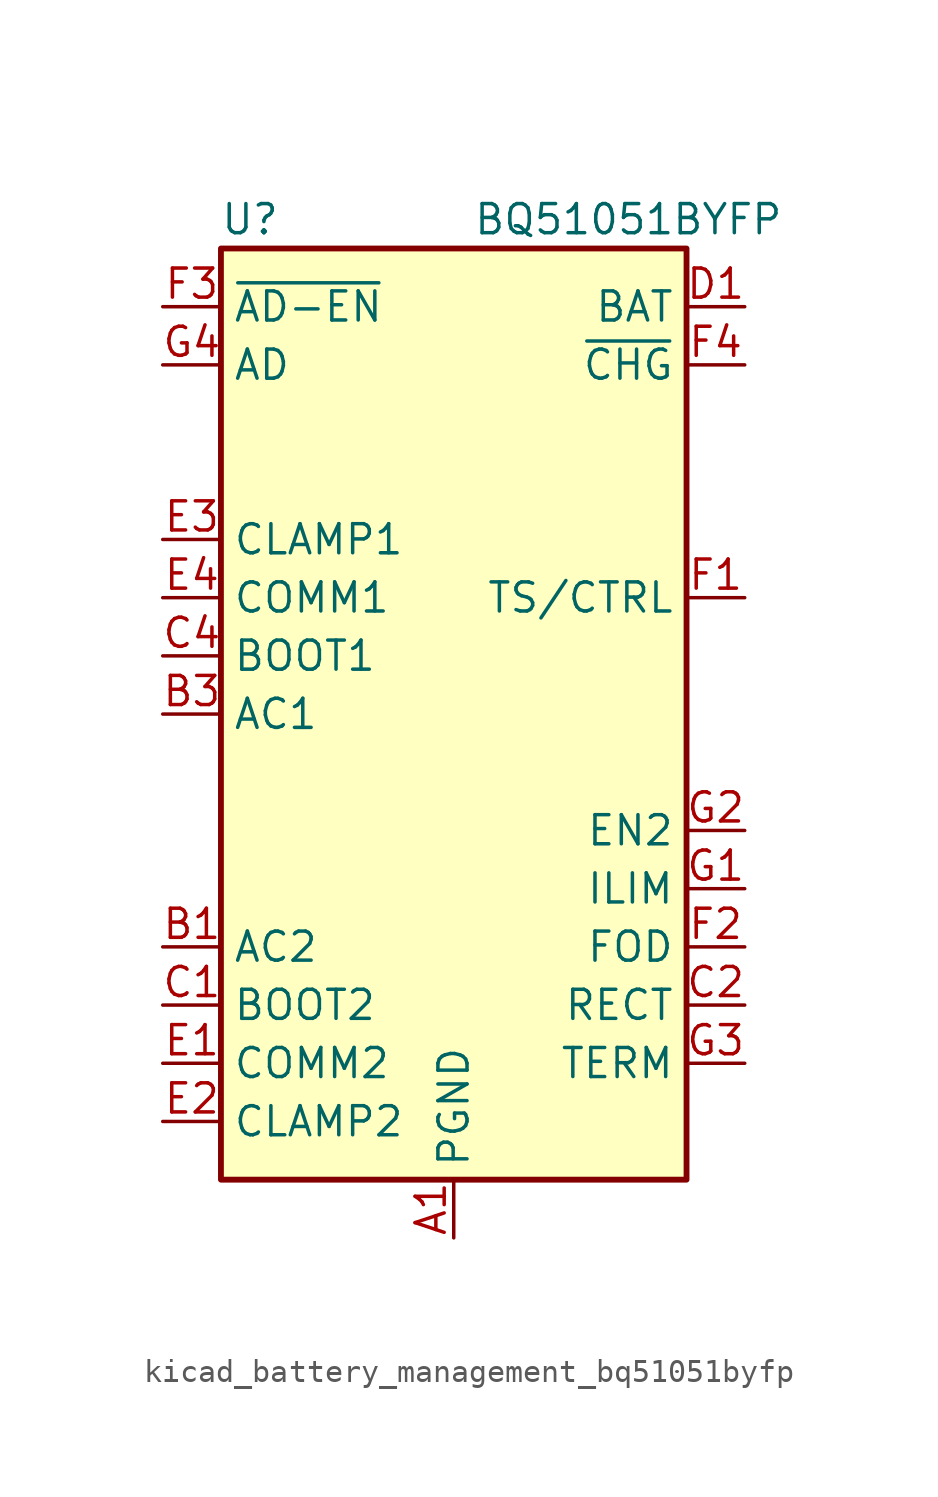
<source format=kicad_sym>
(kicad_symbol_lib
  (version 20220914)
  (generator kicad_symbol_editor)
  (symbol "kicad_battery_management_bq51051byfp"
    (property "Reference" "U"
      (at -8.89 21.59 0)
      (effects (font (size 1.27 1.27))))
    (property "Value" "BQ51051BYFP"
      (at 7.62 21.59 0)
      (effects (font (size 1.27 1.27))))
    (symbol "kicad_battery_management_bq51051byfp_0_1"
      (rectangle (start -10.16 -20.32) (end 10.16 20.32) (stroke (width 0.254) (type default)) (fill (type background))))
    (symbol "kicad_battery_management_bq51051byfp_1_1"
      (pin power_in line (at 0 -22.86 90) (length 2.54) (name "PGND" (effects (font (size 1.27 1.27)))) (number "A1" (effects (font (size 1.27 1.27)))))
      (pin passive line (at 0 -22.86 90) (length 2.54) hide (name "PGND" (effects (font (size 1.27 1.27)))) (number "A2" (effects (font (size 1.27 1.27)))))
      (pin passive line (at 0 -22.86 90) (length 2.54) hide (name "PGND" (effects (font (size 1.27 1.27)))) (number "A3" (effects (font (size 1.27 1.27)))))
      (pin passive line (at 0 -22.86 90) (length 2.54) hide (name "PGND" (effects (font (size 1.27 1.27)))) (number "A4" (effects (font (size 1.27 1.27)))))
      (pin input line (at -12.7 -10.16 0) (length 2.54) (name "AC2" (effects (font (size 1.27 1.27)))) (number "B1" (effects (font (size 1.27 1.27)))))
      (pin input line (at -12.7 -10.16 0) (length 2.54) hide (name "AC2" (effects (font (size 1.27 1.27)))) (number "B2" (effects (font (size 1.27 1.27)))))
      (pin input line (at -12.7 0 0) (length 2.54) (name "AC1" (effects (font (size 1.27 1.27)))) (number "B3" (effects (font (size 1.27 1.27)))))
      (pin input line (at -12.7 0 0) (length 2.54) hide (name "AC1" (effects (font (size 1.27 1.27)))) (number "B4" (effects (font (size 1.27 1.27)))))
      (pin passive line (at -12.7 -12.7 0) (length 2.54) (name "BOOT2" (effects (font (size 1.27 1.27)))) (number "C1" (effects (font (size 1.27 1.27)))))
      (pin passive line (at 12.7 -12.7 180) (length 2.54) (name "RECT" (effects (font (size 1.27 1.27)))) (number "C2" (effects (font (size 1.27 1.27)))))
      (pin passive line (at 12.7 -12.7 180) (length 2.54) hide (name "RECT" (effects (font (size 1.27 1.27)))) (number "C3" (effects (font (size 1.27 1.27)))))
      (pin passive line (at -12.7 2.54 0) (length 2.54) (name "BOOT1" (effects (font (size 1.27 1.27)))) (number "C4" (effects (font (size 1.27 1.27)))))
      (pin power_out line (at 12.7 17.78 180) (length 2.54) (name "BAT" (effects (font (size 1.27 1.27)))) (number "D1" (effects (font (size 1.27 1.27)))))
      (pin passive line (at 12.7 17.78 180) (length 2.54) hide (name "BAT" (effects (font (size 1.27 1.27)))) (number "D2" (effects (font (size 1.27 1.27)))))
      (pin passive line (at 12.7 17.78 180) (length 2.54) hide (name "BAT" (effects (font (size 1.27 1.27)))) (number "D3" (effects (font (size 1.27 1.27)))))
      (pin passive line (at 12.7 17.78 180) (length 2.54) hide (name "BAT" (effects (font (size 1.27 1.27)))) (number "D4" (effects (font (size 1.27 1.27)))))
      (pin open_collector line (at -12.7 -15.24 0) (length 2.54) (name "COMM2" (effects (font (size 1.27 1.27)))) (number "E1" (effects (font (size 1.27 1.27)))))
      (pin open_collector line (at -12.7 -17.78 0) (length 2.54) (name "CLAMP2" (effects (font (size 1.27 1.27)))) (number "E2" (effects (font (size 1.27 1.27)))))
      (pin open_collector line (at -12.7 7.62 0) (length 2.54) (name "CLAMP1" (effects (font (size 1.27 1.27)))) (number "E3" (effects (font (size 1.27 1.27)))))
      (pin open_collector line (at -12.7 5.08 0) (length 2.54) (name "COMM1" (effects (font (size 1.27 1.27)))) (number "E4" (effects (font (size 1.27 1.27)))))
      (pin input line (at 12.7 5.08 180) (length 2.54) (name "TS/CTRL" (effects (font (size 1.27 1.27)))) (number "F1" (effects (font (size 1.27 1.27)))))
      (pin input line (at 12.7 -10.16 180) (length 2.54) (name "FOD" (effects (font (size 1.27 1.27)))) (number "F2" (effects (font (size 1.27 1.27)))))
      (pin output line (at -12.7 17.78 0) (length 2.54) (name "~{AD-EN}" (effects (font (size 1.27 1.27)))) (number "F3" (effects (font (size 1.27 1.27)))))
      (pin open_collector line (at 12.7 15.24 180) (length 2.54) (name "~{CHG}" (effects (font (size 1.27 1.27)))) (number "F4" (effects (font (size 1.27 1.27)))))
      (pin passive line (at 12.7 -7.62 180) (length 2.54) (name "ILIM" (effects (font (size 1.27 1.27)))) (number "G1" (effects (font (size 1.27 1.27)))))
      (pin input line (at 12.7 -5.08 180) (length 2.54) (name "EN2" (effects (font (size 1.27 1.27)))) (number "G2" (effects (font (size 1.27 1.27)))))
      (pin input line (at 12.7 -15.24 180) (length 2.54) (name "TERM" (effects (font (size 1.27 1.27)))) (number "G3" (effects (font (size 1.27 1.27)))))
      (pin input line (at -12.7 15.24 0) (length 2.54) (name "AD" (effects (font (size 1.27 1.27)))) (number "G4" (effects (font (size 1.27 1.27))))))))
</source>
